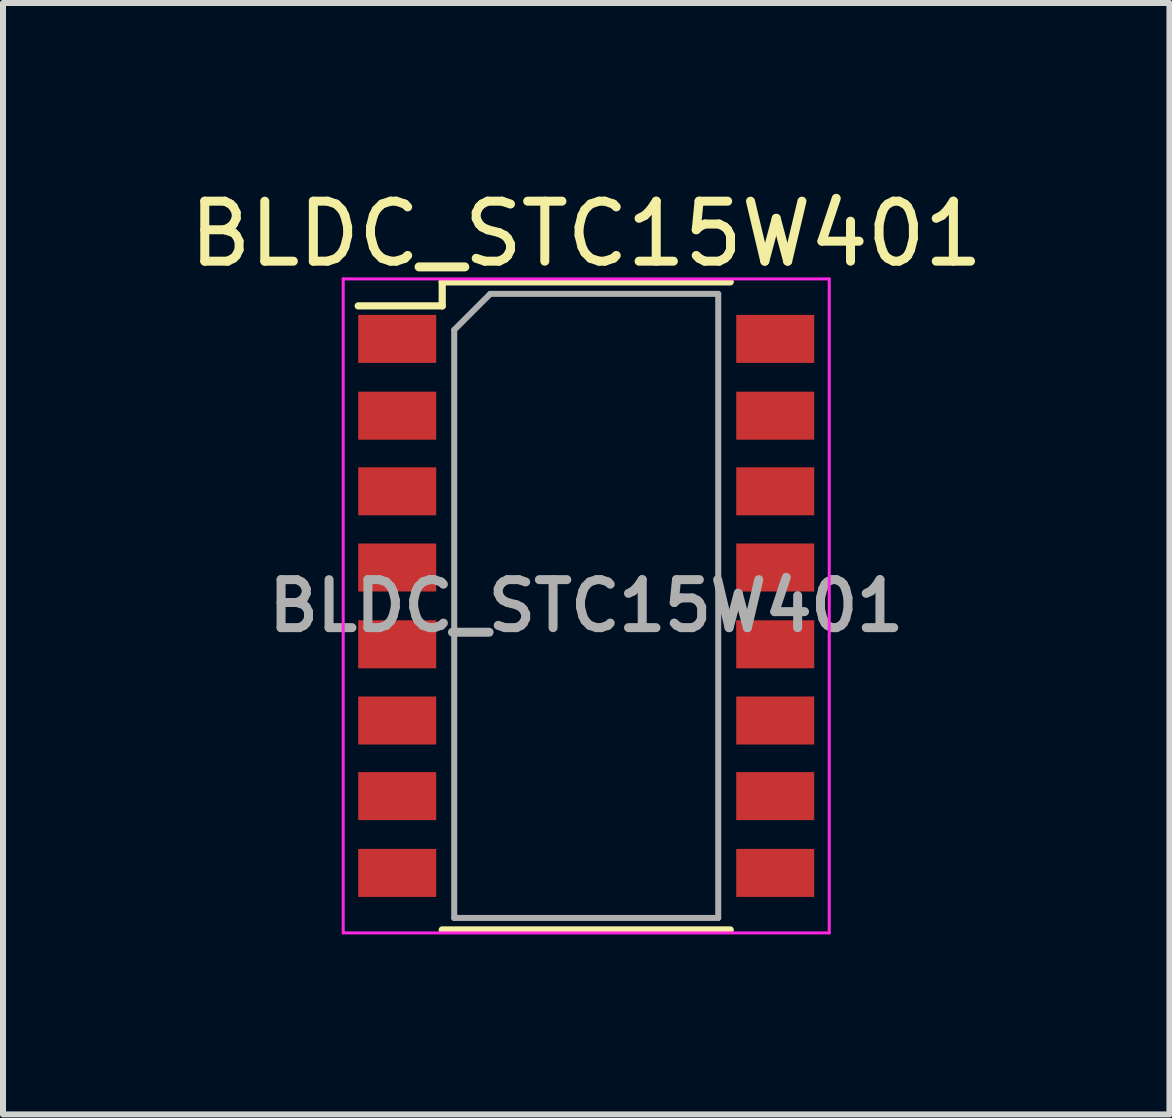
<source format=kicad_pcb>
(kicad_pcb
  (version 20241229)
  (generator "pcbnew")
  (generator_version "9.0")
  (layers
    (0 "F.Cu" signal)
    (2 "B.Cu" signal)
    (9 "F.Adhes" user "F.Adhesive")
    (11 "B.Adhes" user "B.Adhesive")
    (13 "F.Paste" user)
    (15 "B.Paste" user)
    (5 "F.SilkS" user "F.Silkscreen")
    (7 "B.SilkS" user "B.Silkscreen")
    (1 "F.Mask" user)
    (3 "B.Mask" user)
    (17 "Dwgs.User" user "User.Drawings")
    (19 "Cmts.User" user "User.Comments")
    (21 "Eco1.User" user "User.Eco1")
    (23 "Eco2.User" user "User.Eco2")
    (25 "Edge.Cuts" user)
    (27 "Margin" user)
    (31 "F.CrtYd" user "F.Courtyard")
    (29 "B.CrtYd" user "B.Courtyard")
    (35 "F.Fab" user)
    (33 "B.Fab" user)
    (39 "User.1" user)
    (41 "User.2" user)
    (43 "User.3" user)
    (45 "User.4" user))
  (footprint "BLDC_STC15W401"
    (layer "F.Cu")
    (at 6.72 7.048)
    (property "Reference" "BLDC_STC15W401" (at 0 -6.2 0) (layer "F.SilkS") (effects (font (size 1 1) (thickness 0.15))))
    (attr smd)
    (fp_line (start -2.4 -5.4) (end -2.4 -5) (stroke (width 0.12) (type solid)) (layer "F.SilkS"))
    (fp_line (start -2.4 -5.4) (end 2.4 -5.4) (stroke (width 0.12) (type solid)) (layer "F.SilkS"))
    (fp_line (start -2.4 -5) (end -3.8 -5) (stroke (width 0.12) (type solid)) (layer "F.SilkS"))
    (fp_line (start -2.4 5.4) (end 2.4 5.4) (stroke (width 0.12) (type solid)) (layer "F.SilkS"))
    (fp_line (start -4.05 -5.45) (end -4.05 5.45) (stroke (width 0.05) (type solid)) (layer "F.CrtYd"))
    (fp_line (start -4.05 -5.45) (end 4.05 -5.45) (stroke (width 0.05) (type solid)) (layer "F.CrtYd"))
    (fp_line (start 4.05 5.45) (end -4.05 5.45) (stroke (width 0.05) (type solid)) (layer "F.CrtYd"))
    (fp_line (start 4.05 5.45) (end 4.05 -5.45) (stroke (width 0.05) (type solid)) (layer "F.CrtYd"))
    (fp_line (start -2.2 -4.6) (end -1.6 -5.2) (stroke (width 0.1) (type solid)) (layer "F.Fab"))
    (fp_line (start -2.2 5.2) (end -2.2 -4.6) (stroke (width 0.1) (type solid)) (layer "F.Fab"))
    (fp_line (start -1.6 -5.2) (end 2.2 -5.2) (stroke (width 0.1) (type solid)) (layer "F.Fab"))
    (fp_line (start 2.2 -5.2) (end 2.2 5.2) (stroke (width 0.1) (type solid)) (layer "F.Fab"))
    (fp_line (start 2.2 5.2) (end -2.2 5.2) (stroke (width 0.1) (type solid)) (layer "F.Fab"))
    (fp_text user "${REFERENCE}" (at 0 0 0) (layer "F.Fab") (effects (font (size 0.8 0.8) (thickness 0.15))))
    (pad "1" smd rect (at -3.15 -4.45) (size 1.3 0.8) (layers "F.Cu" "F.Mask" "F.Paste"))
    (pad "2" smd rect (at -3.15 -3.17) (size 1.3 0.8) (layers "F.Cu" "F.Mask" "F.Paste"))
    (pad "3" smd rect (at -3.15 -1.91) (size 1.3 0.8) (layers "F.Cu" "F.Mask" "F.Paste"))
    (pad "4" smd rect (at -3.15 -0.64) (size 1.3 0.8) (layers "F.Cu" "F.Mask" "F.Paste"))
    (pad "5" smd rect (at -3.15 0.64) (size 1.3 0.8) (layers "F.Cu" "F.Mask" "F.Paste"))
    (pad "6" smd rect (at -3.15 1.91) (size 1.3 0.8) (layers "F.Cu" "F.Mask" "F.Paste"))
    (pad "7" smd rect (at -3.15 3.17) (size 1.3 0.8) (layers "F.Cu" "F.Mask" "F.Paste"))
    (pad "8" smd rect (at -3.15 4.45) (size 1.3 0.8) (layers "F.Cu" "F.Mask" "F.Paste"))
    (pad "9" smd rect (at 3.15 4.45) (size 1.3 0.8) (layers "F.Cu" "F.Mask" "F.Paste"))
    (pad "10" smd rect (at 3.15 3.17) (size 1.3 0.8) (layers "F.Cu" "F.Mask" "F.Paste"))
    (pad "11" smd rect (at 3.15 1.91) (size 1.3 0.8) (layers "F.Cu" "F.Mask" "F.Paste"))
    (pad "12" smd rect (at 3.15 0.64) (size 1.3 0.8) (layers "F.Cu" "F.Mask" "F.Paste"))
    (pad "13" smd rect (at 3.15 -0.64) (size 1.3 0.8) (layers "F.Cu" "F.Mask" "F.Paste"))
    (pad "14" smd rect (at 3.15 -1.91) (size 1.3 0.8) (layers "F.Cu" "F.Mask" "F.Paste"))
    (pad "15" smd rect (at 3.15 -3.17) (size 1.3 0.8) (layers "F.Cu" "F.Mask" "F.Paste"))
    (pad "16" smd rect (at 3.15 -4.45) (size 1.3 0.8) (layers "F.Cu" "F.Mask" "F.Paste")))
  (gr_rect
    (start -3 -3)
    (end 16.44 15.523)
    (stroke (width 0.1) (type default))
    (fill no)
    (layer "Edge.Cuts")))
</source>
